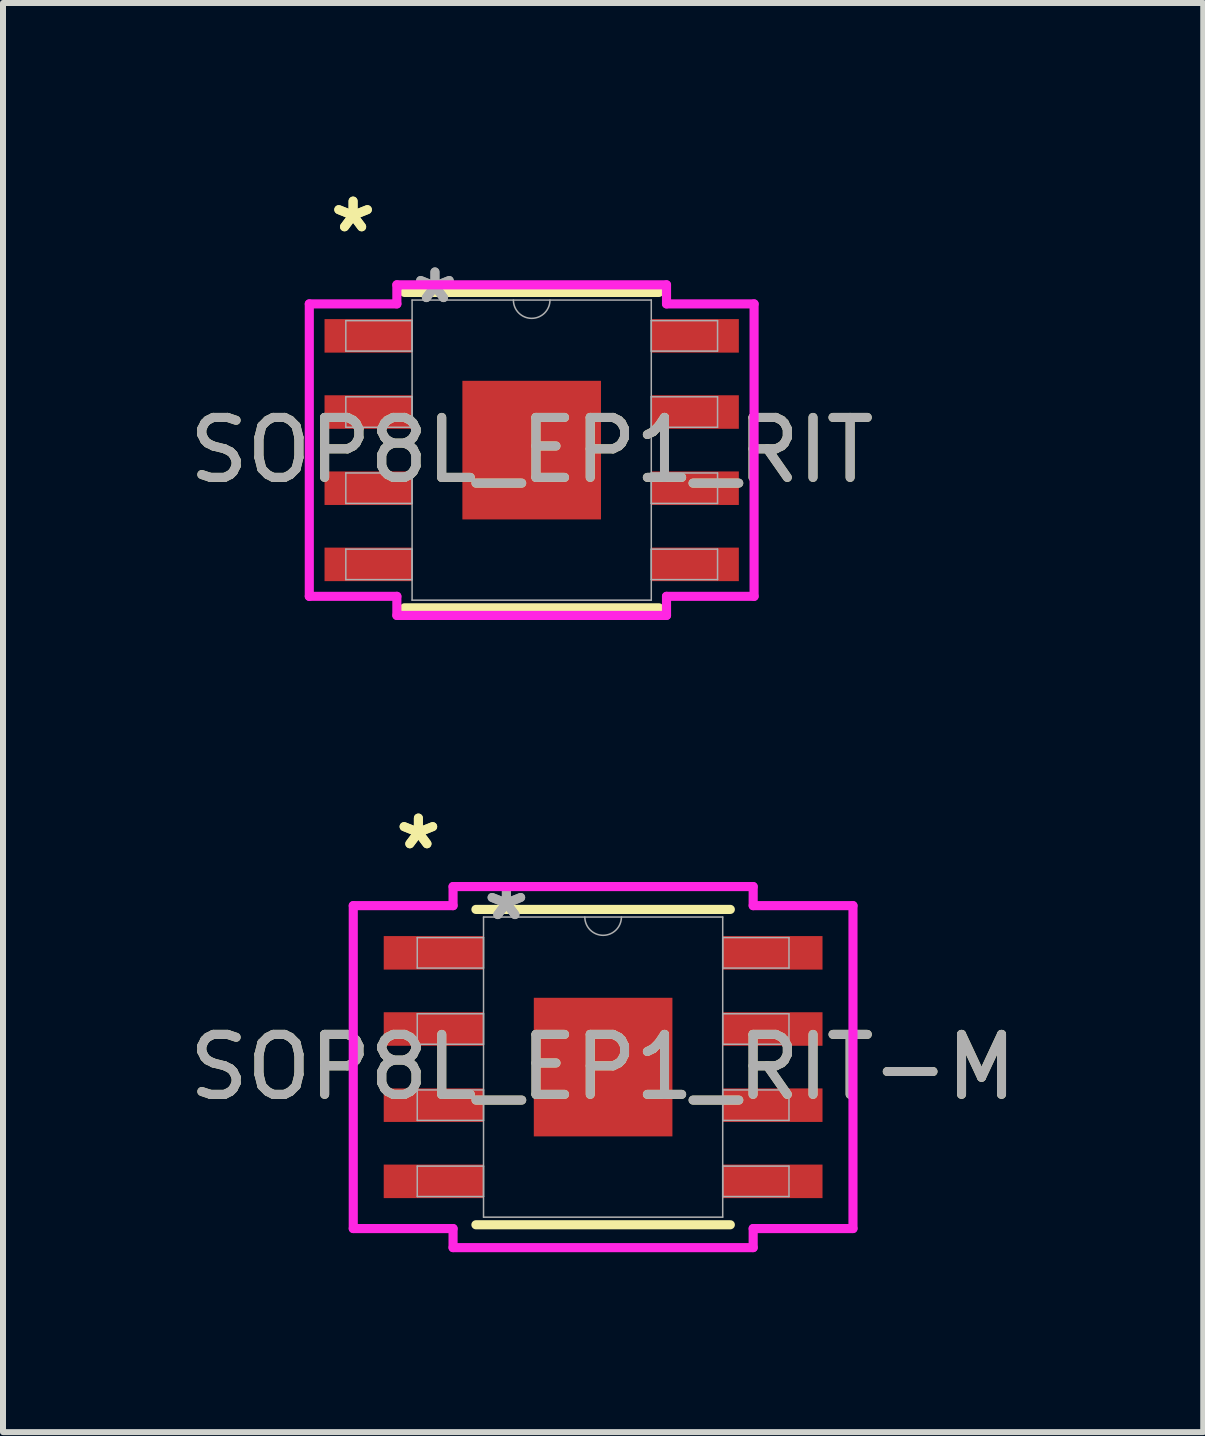
<source format=kicad_pcb>
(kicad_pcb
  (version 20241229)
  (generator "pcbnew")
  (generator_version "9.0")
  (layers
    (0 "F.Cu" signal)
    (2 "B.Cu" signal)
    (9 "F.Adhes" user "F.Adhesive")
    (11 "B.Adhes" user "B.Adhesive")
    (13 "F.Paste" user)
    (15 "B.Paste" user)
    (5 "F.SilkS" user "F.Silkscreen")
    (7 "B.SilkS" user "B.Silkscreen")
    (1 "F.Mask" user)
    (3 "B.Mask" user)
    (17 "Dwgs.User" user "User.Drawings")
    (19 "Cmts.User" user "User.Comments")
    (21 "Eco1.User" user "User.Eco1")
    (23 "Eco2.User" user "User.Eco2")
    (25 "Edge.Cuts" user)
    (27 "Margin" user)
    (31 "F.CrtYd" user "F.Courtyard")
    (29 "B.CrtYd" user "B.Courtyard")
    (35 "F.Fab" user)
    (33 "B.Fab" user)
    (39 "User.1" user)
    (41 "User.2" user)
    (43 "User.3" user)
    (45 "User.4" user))
  (footprint "SOP8L_EP1_RIT-M"
    (layer "F.Cu")
    (at 7.006 14.742)
    (property "Reference" "SOP8L_EP1_RIT-M" (at 0 0 0) (unlocked yes) (layer "F.SilkS") (effects (font (size 1 1) (thickness 0.15))))
    (attr smd)
    (fp_line (start -2.121 2.629) (end 2.121 2.629) (stroke (width 0.152) (type solid)) (layer "F.SilkS"))
    (fp_line (start 2.121 -2.629) (end -2.121 -2.629) (stroke (width 0.152) (type solid)) (layer "F.SilkS"))
    (fp_line (start -4.166 -2.692) (end -2.502 -2.692) (stroke (width 0.152) (type solid)) (layer "F.CrtYd"))
    (fp_line (start -4.166 2.692) (end -4.166 -2.692) (stroke (width 0.152) (type solid)) (layer "F.CrtYd"))
    (fp_line (start -4.166 2.692) (end -2.502 2.692) (stroke (width 0.152) (type solid)) (layer "F.CrtYd"))
    (fp_line (start -2.502 -3.01) (end 2.502 -3.01) (stroke (width 0.152) (type solid)) (layer "F.CrtYd"))
    (fp_line (start -2.502 -2.692) (end -2.502 -3.01) (stroke (width 0.152) (type solid)) (layer "F.CrtYd"))
    (fp_line (start -2.502 3.01) (end -2.502 2.692) (stroke (width 0.152) (type solid)) (layer "F.CrtYd"))
    (fp_line (start 2.502 -3.01) (end 2.502 -2.692) (stroke (width 0.152) (type solid)) (layer "F.CrtYd"))
    (fp_line (start 2.502 2.692) (end 2.502 3.01) (stroke (width 0.152) (type solid)) (layer "F.CrtYd"))
    (fp_line (start 2.502 3.01) (end -2.502 3.01) (stroke (width 0.152) (type solid)) (layer "F.CrtYd"))
    (fp_line (start 4.166 -2.692) (end 2.502 -2.692) (stroke (width 0.152) (type solid)) (layer "F.CrtYd"))
    (fp_line (start 4.166 -2.692) (end 4.166 2.692) (stroke (width 0.152) (type solid)) (layer "F.CrtYd"))
    (fp_line (start 4.166 2.692) (end 2.502 2.692) (stroke (width 0.152) (type solid)) (layer "F.CrtYd"))
    (fp_line (start -3.099 -2.159) (end -3.099 -1.651) (stroke (width 0.025) (type solid)) (layer "F.Fab"))
    (fp_line (start -3.099 -1.651) (end -1.994 -1.651) (stroke (width 0.025) (type solid)) (layer "F.Fab"))
    (fp_line (start -3.099 -0.889) (end -3.099 -0.381) (stroke (width 0.025) (type solid)) (layer "F.Fab"))
    (fp_line (start -3.099 -0.381) (end -1.994 -0.381) (stroke (width 0.025) (type solid)) (layer "F.Fab"))
    (fp_line (start -3.099 0.381) (end -3.099 0.889) (stroke (width 0.025) (type solid)) (layer "F.Fab"))
    (fp_line (start -3.099 0.889) (end -1.994 0.889) (stroke (width 0.025) (type solid)) (layer "F.Fab"))
    (fp_line (start -3.099 1.651) (end -3.099 2.159) (stroke (width 0.025) (type solid)) (layer "F.Fab"))
    (fp_line (start -3.099 2.159) (end -1.994 2.159) (stroke (width 0.025) (type solid)) (layer "F.Fab"))
    (fp_line (start -1.994 -2.502) (end -1.994 2.502) (stroke (width 0.025) (type solid)) (layer "F.Fab"))
    (fp_line (start -1.994 -2.159) (end -3.099 -2.159) (stroke (width 0.025) (type solid)) (layer "F.Fab"))
    (fp_line (start -1.994 -1.651) (end -1.994 -2.159) (stroke (width 0.025) (type solid)) (layer "F.Fab"))
    (fp_line (start -1.994 -0.889) (end -3.099 -0.889) (stroke (width 0.025) (type solid)) (layer "F.Fab"))
    (fp_line (start -1.994 -0.381) (end -1.994 -0.889) (stroke (width 0.025) (type solid)) (layer "F.Fab"))
    (fp_line (start -1.994 0.381) (end -3.099 0.381) (stroke (width 0.025) (type solid)) (layer "F.Fab"))
    (fp_line (start -1.994 0.889) (end -1.994 0.381) (stroke (width 0.025) (type solid)) (layer "F.Fab"))
    (fp_line (start -1.994 1.651) (end -3.099 1.651) (stroke (width 0.025) (type solid)) (layer "F.Fab"))
    (fp_line (start -1.994 2.159) (end -1.994 1.651) (stroke (width 0.025) (type solid)) (layer "F.Fab"))
    (fp_line (start -1.994 2.502) (end 1.994 2.502) (stroke (width 0.025) (type solid)) (layer "F.Fab"))
    (fp_line (start 1.994 -2.502) (end -1.994 -2.502) (stroke (width 0.025) (type solid)) (layer "F.Fab"))
    (fp_line (start 1.994 -2.159) (end 1.994 -1.651) (stroke (width 0.025) (type solid)) (layer "F.Fab"))
    (fp_line (start 1.994 -1.651) (end 3.099 -1.651) (stroke (width 0.025) (type solid)) (layer "F.Fab"))
    (fp_line (start 1.994 -0.889) (end 1.994 -0.381) (stroke (width 0.025) (type solid)) (layer "F.Fab"))
    (fp_line (start 1.994 -0.381) (end 3.099 -0.381) (stroke (width 0.025) (type solid)) (layer "F.Fab"))
    (fp_line (start 1.994 0.381) (end 1.994 0.889) (stroke (width 0.025) (type solid)) (layer "F.Fab"))
    (fp_line (start 1.994 0.889) (end 3.099 0.889) (stroke (width 0.025) (type solid)) (layer "F.Fab"))
    (fp_line (start 1.994 1.651) (end 1.994 2.159) (stroke (width 0.025) (type solid)) (layer "F.Fab"))
    (fp_line (start 1.994 2.159) (end 3.099 2.159) (stroke (width 0.025) (type solid)) (layer "F.Fab"))
    (fp_line (start 1.994 2.502) (end 1.994 -2.502) (stroke (width 0.025) (type solid)) (layer "F.Fab"))
    (fp_line (start 3.099 -2.159) (end 1.994 -2.159) (stroke (width 0.025) (type solid)) (layer "F.Fab"))
    (fp_line (start 3.099 -1.651) (end 3.099 -2.159) (stroke (width 0.025) (type solid)) (layer "F.Fab"))
    (fp_line (start 3.099 -0.889) (end 1.994 -0.889) (stroke (width 0.025) (type solid)) (layer "F.Fab"))
    (fp_line (start 3.099 -0.381) (end 3.099 -0.889) (stroke (width 0.025) (type solid)) (layer "F.Fab"))
    (fp_line (start 3.099 0.381) (end 1.994 0.381) (stroke (width 0.025) (type solid)) (layer "F.Fab"))
    (fp_line (start 3.099 0.889) (end 3.099 0.381) (stroke (width 0.025) (type solid)) (layer "F.Fab"))
    (fp_line (start 3.099 1.651) (end 1.994 1.651) (stroke (width 0.025) (type solid)) (layer "F.Fab"))
    (fp_line (start 3.099 2.159) (end 3.099 1.651) (stroke (width 0.025) (type solid)) (layer "F.Fab"))
    (fp_arc (start 0.3048 -2.5019) (mid 0 -2.1971) (end -0.3048 -2.5019) (stroke (width 0.0254) (type solid)) (layer "F.Fab"))
    (fp_text user "*" (at -3.08 -3.607 0) (unlocked yes) (layer "F.SilkS") (effects (font (size 1 1) (thickness 0.15))))
    (fp_text user "*" (at -3.08 -3.607 0) (layer "F.SilkS") (effects (font (size 1 1) (thickness 0.15))))
    (fp_text user "*" (at -1.613 -2.426 0) (unlocked yes) (layer "F.Fab") (effects (font (size 1 1) (thickness 0.15))))
    (fp_text user "${REFERENCE}" (at 0 0 0) (unlocked yes) (layer "F.Fab") (effects (font (size 1 1) (thickness 0.15))))
    (fp_text user "*" (at -1.613 -2.426 0) (layer "F.Fab") (effects (font (size 1 1) (thickness 0.15))))
    (pad "1" smd rect (at -2.826 -1.905) (size 1.664 0.559) (layers "F.Cu" "F.Mask" "F.Paste"))
    (pad "2" smd rect (at -2.826 -0.635) (size 1.664 0.559) (layers "F.Cu" "F.Mask" "F.Paste"))
    (pad "3" smd rect (at -2.826 0.635) (size 1.664 0.559) (layers "F.Cu" "F.Mask" "F.Paste"))
    (pad "4" smd rect (at -2.826 1.905) (size 1.664 0.559) (layers "F.Cu" "F.Mask" "F.Paste"))
    (pad "5" smd rect (at 2.826 1.905) (size 1.664 0.559) (layers "F.Cu" "F.Mask" "F.Paste"))
    (pad "6" smd rect (at 2.826 0.635) (size 1.664 0.559) (layers "F.Cu" "F.Mask" "F.Paste"))
    (pad "7" smd rect (at 2.826 -0.635) (size 1.664 0.559) (layers "F.Cu" "F.Mask" "F.Paste"))
    (pad "8" smd rect (at 2.826 -1.905) (size 1.664 0.559) (layers "F.Cu" "F.Mask" "F.Paste"))
    (pad "EPAD" smd rect (at 0 0) (size 2.311 2.311) (layers "F.Cu" "F.Mask" "F.Paste")))
  (footprint "SOP8L_EP1_RIT"
    (layer "F.Cu")
    (at 5.815 4.455)
    (property "Reference" "SOP8L_EP1_RIT" (at 0 0 0) (unlocked yes) (layer "F.SilkS") (effects (font (size 1 1) (thickness 0.15))))
    (attr smd)
    (fp_line (start -2.121 2.629) (end 2.121 2.629) (stroke (width 0.152) (type solid)) (layer "F.SilkS"))
    (fp_line (start 2.121 -2.629) (end -2.121 -2.629) (stroke (width 0.152) (type solid)) (layer "F.SilkS"))
    (fp_line (start -3.708 -2.438) (end -2.248 -2.438) (stroke (width 0.152) (type solid)) (layer "F.CrtYd"))
    (fp_line (start -3.708 2.438) (end -3.708 -2.438) (stroke (width 0.152) (type solid)) (layer "F.CrtYd"))
    (fp_line (start -3.708 2.438) (end -2.248 2.438) (stroke (width 0.152) (type solid)) (layer "F.CrtYd"))
    (fp_line (start -2.248 -2.756) (end 2.248 -2.756) (stroke (width 0.152) (type solid)) (layer "F.CrtYd"))
    (fp_line (start -2.248 -2.438) (end -2.248 -2.756) (stroke (width 0.152) (type solid)) (layer "F.CrtYd"))
    (fp_line (start -2.248 2.756) (end -2.248 2.438) (stroke (width 0.152) (type solid)) (layer "F.CrtYd"))
    (fp_line (start 2.248 -2.756) (end 2.248 -2.438) (stroke (width 0.152) (type solid)) (layer "F.CrtYd"))
    (fp_line (start 2.248 2.438) (end 2.248 2.756) (stroke (width 0.152) (type solid)) (layer "F.CrtYd"))
    (fp_line (start 2.248 2.756) (end -2.248 2.756) (stroke (width 0.152) (type solid)) (layer "F.CrtYd"))
    (fp_line (start 3.708 -2.438) (end 2.248 -2.438) (stroke (width 0.152) (type solid)) (layer "F.CrtYd"))
    (fp_line (start 3.708 -2.438) (end 3.708 2.438) (stroke (width 0.152) (type solid)) (layer "F.CrtYd"))
    (fp_line (start 3.708 2.438) (end 2.248 2.438) (stroke (width 0.152) (type solid)) (layer "F.CrtYd"))
    (fp_line (start -3.099 -2.159) (end -3.099 -1.651) (stroke (width 0.025) (type solid)) (layer "F.Fab"))
    (fp_line (start -3.099 -1.651) (end -1.994 -1.651) (stroke (width 0.025) (type solid)) (layer "F.Fab"))
    (fp_line (start -3.099 -0.889) (end -3.099 -0.381) (stroke (width 0.025) (type solid)) (layer "F.Fab"))
    (fp_line (start -3.099 -0.381) (end -1.994 -0.381) (stroke (width 0.025) (type solid)) (layer "F.Fab"))
    (fp_line (start -3.099 0.381) (end -3.099 0.889) (stroke (width 0.025) (type solid)) (layer "F.Fab"))
    (fp_line (start -3.099 0.889) (end -1.994 0.889) (stroke (width 0.025) (type solid)) (layer "F.Fab"))
    (fp_line (start -3.099 1.651) (end -3.099 2.159) (stroke (width 0.025) (type solid)) (layer "F.Fab"))
    (fp_line (start -3.099 2.159) (end -1.994 2.159) (stroke (width 0.025) (type solid)) (layer "F.Fab"))
    (fp_line (start -1.994 -2.502) (end -1.994 2.502) (stroke (width 0.025) (type solid)) (layer "F.Fab"))
    (fp_line (start -1.994 -2.159) (end -3.099 -2.159) (stroke (width 0.025) (type solid)) (layer "F.Fab"))
    (fp_line (start -1.994 -1.651) (end -1.994 -2.159) (stroke (width 0.025) (type solid)) (layer "F.Fab"))
    (fp_line (start -1.994 -0.889) (end -3.099 -0.889) (stroke (width 0.025) (type solid)) (layer "F.Fab"))
    (fp_line (start -1.994 -0.381) (end -1.994 -0.889) (stroke (width 0.025) (type solid)) (layer "F.Fab"))
    (fp_line (start -1.994 0.381) (end -3.099 0.381) (stroke (width 0.025) (type solid)) (layer "F.Fab"))
    (fp_line (start -1.994 0.889) (end -1.994 0.381) (stroke (width 0.025) (type solid)) (layer "F.Fab"))
    (fp_line (start -1.994 1.651) (end -3.099 1.651) (stroke (width 0.025) (type solid)) (layer "F.Fab"))
    (fp_line (start -1.994 2.159) (end -1.994 1.651) (stroke (width 0.025) (type solid)) (layer "F.Fab"))
    (fp_line (start -1.994 2.502) (end 1.994 2.502) (stroke (width 0.025) (type solid)) (layer "F.Fab"))
    (fp_line (start 1.994 -2.502) (end -1.994 -2.502) (stroke (width 0.025) (type solid)) (layer "F.Fab"))
    (fp_line (start 1.994 -2.159) (end 1.994 -1.651) (stroke (width 0.025) (type solid)) (layer "F.Fab"))
    (fp_line (start 1.994 -1.651) (end 3.099 -1.651) (stroke (width 0.025) (type solid)) (layer "F.Fab"))
    (fp_line (start 1.994 -0.889) (end 1.994 -0.381) (stroke (width 0.025) (type solid)) (layer "F.Fab"))
    (fp_line (start 1.994 -0.381) (end 3.099 -0.381) (stroke (width 0.025) (type solid)) (layer "F.Fab"))
    (fp_line (start 1.994 0.381) (end 1.994 0.889) (stroke (width 0.025) (type solid)) (layer "F.Fab"))
    (fp_line (start 1.994 0.889) (end 3.099 0.889) (stroke (width 0.025) (type solid)) (layer "F.Fab"))
    (fp_line (start 1.994 1.651) (end 1.994 2.159) (stroke (width 0.025) (type solid)) (layer "F.Fab"))
    (fp_line (start 1.994 2.159) (end 3.099 2.159) (stroke (width 0.025) (type solid)) (layer "F.Fab"))
    (fp_line (start 1.994 2.502) (end 1.994 -2.502) (stroke (width 0.025) (type solid)) (layer "F.Fab"))
    (fp_line (start 3.099 -2.159) (end 1.994 -2.159) (stroke (width 0.025) (type solid)) (layer "F.Fab"))
    (fp_line (start 3.099 -1.651) (end 3.099 -2.159) (stroke (width 0.025) (type solid)) (layer "F.Fab"))
    (fp_line (start 3.099 -0.889) (end 1.994 -0.889) (stroke (width 0.025) (type solid)) (layer "F.Fab"))
    (fp_line (start 3.099 -0.381) (end 3.099 -0.889) (stroke (width 0.025) (type solid)) (layer "F.Fab"))
    (fp_line (start 3.099 0.381) (end 1.994 0.381) (stroke (width 0.025) (type solid)) (layer "F.Fab"))
    (fp_line (start 3.099 0.889) (end 3.099 0.381) (stroke (width 0.025) (type solid)) (layer "F.Fab"))
    (fp_line (start 3.099 1.651) (end 1.994 1.651) (stroke (width 0.025) (type solid)) (layer "F.Fab"))
    (fp_line (start 3.099 2.159) (end 3.099 1.651) (stroke (width 0.025) (type solid)) (layer "F.Fab"))
    (fp_arc (start 0.3048 -2.5019) (mid 0 -2.1971) (end -0.3048 -2.5019) (stroke (width 0.0254) (type solid)) (layer "F.Fab"))
    (fp_text user "*" (at -2.978 -3.607 0) (unlocked yes) (layer "F.SilkS") (effects (font (size 1 1) (thickness 0.15))))
    (fp_text user "*" (at -2.978 -3.607 0) (layer "F.SilkS") (effects (font (size 1 1) (thickness 0.15))))
    (fp_text user "${REFERENCE}" (at 0 0 0) (unlocked yes) (layer "F.Fab") (effects (font (size 1 1) (thickness 0.15))))
    (fp_text user "*" (at -1.613 -2.426 0) (unlocked yes) (layer "F.Fab") (effects (font (size 1 1) (thickness 0.15))))
    (fp_text user "*" (at -1.613 -2.426 0) (layer "F.Fab") (effects (font (size 1 1) (thickness 0.15))))
    (pad "1" smd rect (at -2.724 -1.905) (size 1.46 0.559) (layers "F.Cu" "F.Mask" "F.Paste"))
    (pad "2" smd rect (at -2.724 -0.635) (size 1.46 0.559) (layers "F.Cu" "F.Mask" "F.Paste"))
    (pad "3" smd rect (at -2.724 0.635) (size 1.46 0.559) (layers "F.Cu" "F.Mask" "F.Paste"))
    (pad "4" smd rect (at -2.724 1.905) (size 1.46 0.559) (layers "F.Cu" "F.Mask" "F.Paste"))
    (pad "5" smd rect (at 2.724 1.905) (size 1.46 0.559) (layers "F.Cu" "F.Mask" "F.Paste"))
    (pad "6" smd rect (at 2.724 0.635) (size 1.46 0.559) (layers "F.Cu" "F.Mask" "F.Paste"))
    (pad "7" smd rect (at 2.724 -0.635) (size 1.46 0.559) (layers "F.Cu" "F.Mask" "F.Paste"))
    (pad "8" smd rect (at 2.724 -1.905) (size 1.46 0.559) (layers "F.Cu" "F.Mask" "F.Paste"))
    (pad "EPAD" smd rect (at 0 0) (size 2.311 2.311) (layers "F.Cu" "F.Mask" "F.Paste")))
  (gr_rect
    (start -3 -3)
    (end 17.012 20.828)
    (stroke (width 0.1) (type default))
    (fill no)
    (layer "Edge.Cuts")))
</source>
